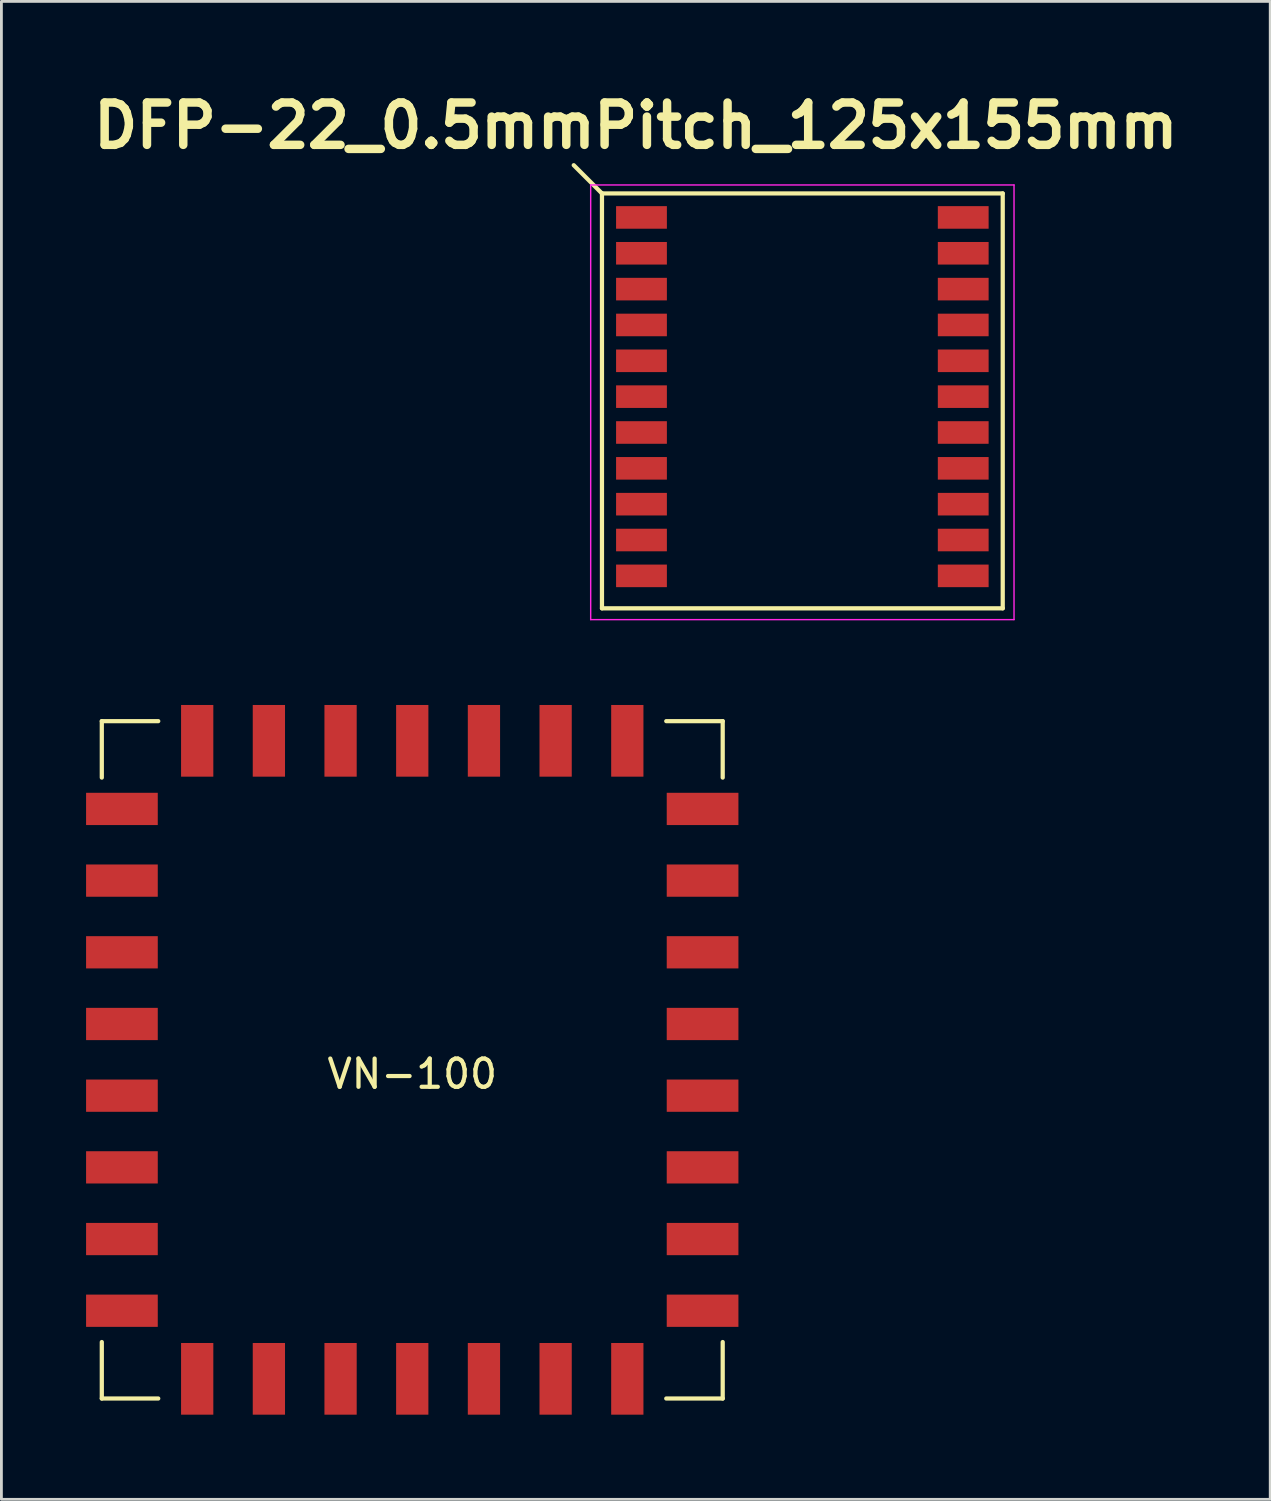
<source format=kicad_pcb>
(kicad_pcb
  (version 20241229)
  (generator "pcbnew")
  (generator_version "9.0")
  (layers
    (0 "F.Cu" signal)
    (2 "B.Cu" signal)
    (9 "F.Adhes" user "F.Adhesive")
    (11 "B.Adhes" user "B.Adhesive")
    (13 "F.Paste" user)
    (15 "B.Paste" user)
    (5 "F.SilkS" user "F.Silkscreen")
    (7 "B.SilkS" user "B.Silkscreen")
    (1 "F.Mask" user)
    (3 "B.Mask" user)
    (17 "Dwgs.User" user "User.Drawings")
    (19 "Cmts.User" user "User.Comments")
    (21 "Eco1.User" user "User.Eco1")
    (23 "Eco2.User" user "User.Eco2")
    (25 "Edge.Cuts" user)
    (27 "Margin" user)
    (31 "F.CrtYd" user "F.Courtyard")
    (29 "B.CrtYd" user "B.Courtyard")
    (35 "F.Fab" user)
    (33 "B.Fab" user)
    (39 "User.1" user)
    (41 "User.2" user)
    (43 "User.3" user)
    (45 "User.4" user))
  (footprint "VN-100"
    (layer "F.Cu")
    (at 11.557 34.502)
    (property "Reference" "VN-100" (at 0 0.5 0) (layer "F.SilkS") (effects (font (size 1 1) (thickness 0.15))))
    (attr smd)
    (fp_line (start -11 -12) (end -11 -10) (stroke (width 0.15) (type solid)) (layer "F.SilkS"))
    (fp_line (start -11 10) (end -11 12) (stroke (width 0.15) (type solid)) (layer "F.SilkS"))
    (fp_line (start -11 12) (end -9 12) (stroke (width 0.15) (type solid)) (layer "F.SilkS"))
    (fp_line (start -9 -12) (end -11 -12) (stroke (width 0.15) (type solid)) (layer "F.SilkS"))
    (fp_line (start 9 12) (end 11 12) (stroke (width 0.15) (type solid)) (layer "F.SilkS"))
    (fp_line (start 11 -12) (end 9 -12) (stroke (width 0.15) (type solid)) (layer "F.SilkS"))
    (fp_line (start 11 -10) (end 11 -12) (stroke (width 0.15) (type solid)) (layer "F.SilkS"))
    (fp_line (start 11 12) (end 11 10) (stroke (width 0.15) (type solid)) (layer "F.SilkS"))
    (pad "1" smd rect (at 10.287 8.89) (size 2.54 1.143) (layers "F.Cu" "F.Mask" "F.Paste"))
    (pad "2" smd rect (at 10.287 6.35) (size 2.54 1.143) (layers "F.Cu" "F.Mask" "F.Paste"))
    (pad "3" smd rect (at 10.287 3.81) (size 2.54 1.143) (layers "F.Cu" "F.Mask" "F.Paste"))
    (pad "4" smd rect (at 10.287 1.27) (size 2.54 1.143) (layers "F.Cu" "F.Mask" "F.Paste"))
    (pad "5" smd rect (at 10.287 -1.27) (size 2.54 1.143) (layers "F.Cu" "F.Mask" "F.Paste"))
    (pad "6" smd rect (at 10.287 -3.81) (size 2.54 1.143) (layers "F.Cu" "F.Mask" "F.Paste"))
    (pad "7" smd rect (at 10.287 -6.35) (size 2.54 1.143) (layers "F.Cu" "F.Mask" "F.Paste"))
    (pad "8" smd rect (at 10.287 -8.89) (size 2.54 1.143) (layers "F.Cu" "F.Mask" "F.Paste"))
    (pad "9" smd rect (at 7.62 -11.303 90) (size 2.54 1.143) (layers "F.Cu" "F.Mask" "F.Paste"))
    (pad "10" smd rect (at 5.08 -11.303 90) (size 2.54 1.143) (layers "F.Cu" "F.Mask" "F.Paste"))
    (pad "11" smd rect (at 2.54 -11.303 90) (size 2.54 1.143) (layers "F.Cu" "F.Mask" "F.Paste"))
    (pad "12" smd rect (at 0 -11.303 90) (size 2.54 1.143) (layers "F.Cu" "F.Mask" "F.Paste"))
    (pad "13" smd rect (at -2.54 -11.303 90) (size 2.54 1.143) (layers "F.Cu" "F.Mask" "F.Paste"))
    (pad "14" smd rect (at -5.08 -11.303 90) (size 2.54 1.143) (layers "F.Cu" "F.Mask" "F.Paste"))
    (pad "15" smd rect (at -7.62 -11.303 90) (size 2.54 1.143) (layers "F.Cu" "F.Mask" "F.Paste"))
    (pad "16" smd rect (at -10.287 -8.89 180) (size 2.54 1.143) (layers "F.Cu" "F.Mask" "F.Paste"))
    (pad "17" smd rect (at -10.287 -6.35 180) (size 2.54 1.143) (layers "F.Cu" "F.Mask" "F.Paste"))
    (pad "18" smd rect (at -10.287 -3.81 180) (size 2.54 1.143) (layers "F.Cu" "F.Mask" "F.Paste"))
    (pad "19" smd rect (at -10.287 -1.27 180) (size 2.54 1.143) (layers "F.Cu" "F.Mask" "F.Paste"))
    (pad "20" smd rect (at -10.287 1.27 180) (size 2.54 1.143) (layers "F.Cu" "F.Mask" "F.Paste"))
    (pad "21" smd rect (at -10.287 3.81 180) (size 2.54 1.143) (layers "F.Cu" "F.Mask" "F.Paste"))
    (pad "22" smd rect (at -10.287 6.35 180) (size 2.54 1.143) (layers "F.Cu" "F.Mask" "F.Paste"))
    (pad "23" smd rect (at -10.287 8.89 180) (size 2.54 1.143) (layers "F.Cu" "F.Mask" "F.Paste"))
    (pad "24" smd rect (at -7.62 11.303 270) (size 2.54 1.143) (layers "F.Cu" "F.Mask" "F.Paste"))
    (pad "25" smd rect (at -5.08 11.303 270) (size 2.54 1.143) (layers "F.Cu" "F.Mask" "F.Paste"))
    (pad "26" smd rect (at -2.54 11.303 270) (size 2.54 1.143) (layers "F.Cu" "F.Mask" "F.Paste"))
    (pad "27" smd rect (at 0 11.303 270) (size 2.54 1.143) (layers "F.Cu" "F.Mask" "F.Paste"))
    (pad "28" smd rect (at 2.54 11.303 270) (size 2.54 1.143) (layers "F.Cu" "F.Mask" "F.Paste"))
    (pad "29" smd rect (at 5.08 11.303 270) (size 2.54 1.143) (layers "F.Cu" "F.Mask" "F.Paste"))
    (pad "30" smd rect (at 7.62 11.303 270) (size 2.54 1.143) (layers "F.Cu" "F.Mask" "F.Paste")))
  (footprint "DFP-22_0.5mmPitch_125x155mm"
    (layer "F.Cu")
    (at 25.379 11.004)
    (property "Reference" "DFP-22_0.5mmPitch_125x155mm" (at -5.9 -9.6 0) (layer "F.SilkS") (effects (font (size 1.5 1.5) (thickness 0.3))))
    (attr smd)
    (fp_line (start -7.1 -7.2) (end -8.1 -8.2) (stroke (width 0.15) (type solid)) (layer "F.SilkS"))
    (fp_line (start -7.1 -7.2) (end 7.1 -7.2) (stroke (width 0.15) (type solid)) (layer "F.SilkS"))
    (fp_line (start -7.1 7.5) (end -7.1 -7.2) (stroke (width 0.15) (type solid)) (layer "F.SilkS"))
    (fp_line (start 7.1 -7.2) (end 7.1 7.5) (stroke (width 0.15) (type solid)) (layer "F.SilkS"))
    (fp_line (start 7.1 7.5) (end -7.1 7.5) (stroke (width 0.15) (type solid)) (layer "F.SilkS"))
    (fp_line (start -7.5 -7.5) (end -7.5 7.9) (stroke (width 0.05) (type solid)) (layer "F.CrtYd"))
    (fp_line (start -7.5 7.9) (end 7.5 7.9) (stroke (width 0.05) (type solid)) (layer "F.CrtYd"))
    (fp_line (start 7.5 -7.5) (end -7.5 -7.5) (stroke (width 0.05) (type solid)) (layer "F.CrtYd"))
    (fp_line (start 7.5 7.9) (end 7.5 -7.5) (stroke (width 0.05) (type solid)) (layer "F.CrtYd"))
    (pad "1" smd rect (at -5.7 -6.35) (size 1.8 0.8) (layers "F.Cu" "F.Mask" "F.Paste"))
    (pad "2" smd rect (at -5.7 -5.08) (size 1.8 0.8) (layers "F.Cu" "F.Mask" "F.Paste"))
    (pad "3" smd rect (at -5.7 -3.81) (size 1.8 0.8) (layers "F.Cu" "F.Mask" "F.Paste"))
    (pad "4" smd rect (at -5.7 -2.54) (size 1.8 0.8) (layers "F.Cu" "F.Mask" "F.Paste"))
    (pad "5" smd rect (at -5.7 -1.27) (size 1.8 0.8) (layers "F.Cu" "F.Mask" "F.Paste"))
    (pad "6" smd rect (at -5.7 0) (size 1.8 0.8) (layers "F.Cu" "F.Mask" "F.Paste"))
    (pad "7" smd rect (at -5.7 1.27) (size 1.8 0.8) (layers "F.Cu" "F.Mask" "F.Paste"))
    (pad "8" smd rect (at -5.7 2.54) (size 1.8 0.8) (layers "F.Cu" "F.Mask" "F.Paste"))
    (pad "9" smd rect (at -5.7 3.81) (size 1.8 0.8) (layers "F.Cu" "F.Mask" "F.Paste"))
    (pad "10" smd rect (at -5.7 5.08) (size 1.8 0.8) (layers "F.Cu" "F.Mask" "F.Paste"))
    (pad "11" smd rect (at -5.7 6.35) (size 1.8 0.8) (layers "F.Cu" "F.Mask" "F.Paste"))
    (pad "12" smd rect (at 5.7 6.35) (size 1.8 0.8) (layers "F.Cu" "F.Mask" "F.Paste"))
    (pad "13" smd rect (at 5.7 5.08) (size 1.8 0.8) (layers "F.Cu" "F.Mask" "F.Paste"))
    (pad "14" smd rect (at 5.7 3.81) (size 1.8 0.8) (layers "F.Cu" "F.Mask" "F.Paste"))
    (pad "15" smd rect (at 5.7 2.54) (size 1.8 0.8) (layers "F.Cu" "F.Mask" "F.Paste"))
    (pad "16" smd rect (at 5.7 1.27) (size 1.8 0.8) (layers "F.Cu" "F.Mask" "F.Paste"))
    (pad "17" smd rect (at 5.7 0) (size 1.8 0.8) (layers "F.Cu" "F.Mask" "F.Paste"))
    (pad "18" smd rect (at 5.7 -1.27) (size 1.8 0.8) (layers "F.Cu" "F.Mask" "F.Paste"))
    (pad "19" smd rect (at 5.7 -2.54) (size 1.8 0.8) (layers "F.Cu" "F.Mask" "F.Paste"))
    (pad "20" smd rect (at 5.7 -3.81) (size 1.8 0.8) (layers "F.Cu" "F.Mask" "F.Paste"))
    (pad "21" smd rect (at 5.7 -5.08) (size 1.8 0.8) (layers "F.Cu" "F.Mask" "F.Paste"))
    (pad "22" smd rect (at 5.7 -6.35) (size 1.8 0.8) (layers "F.Cu" "F.Mask" "F.Paste")))
  (gr_rect
    (start -3 -3)
    (end 41.957 50.075)
    (stroke (width 0.1) (type default))
    (fill no)
    (layer "Edge.Cuts")))
</source>
